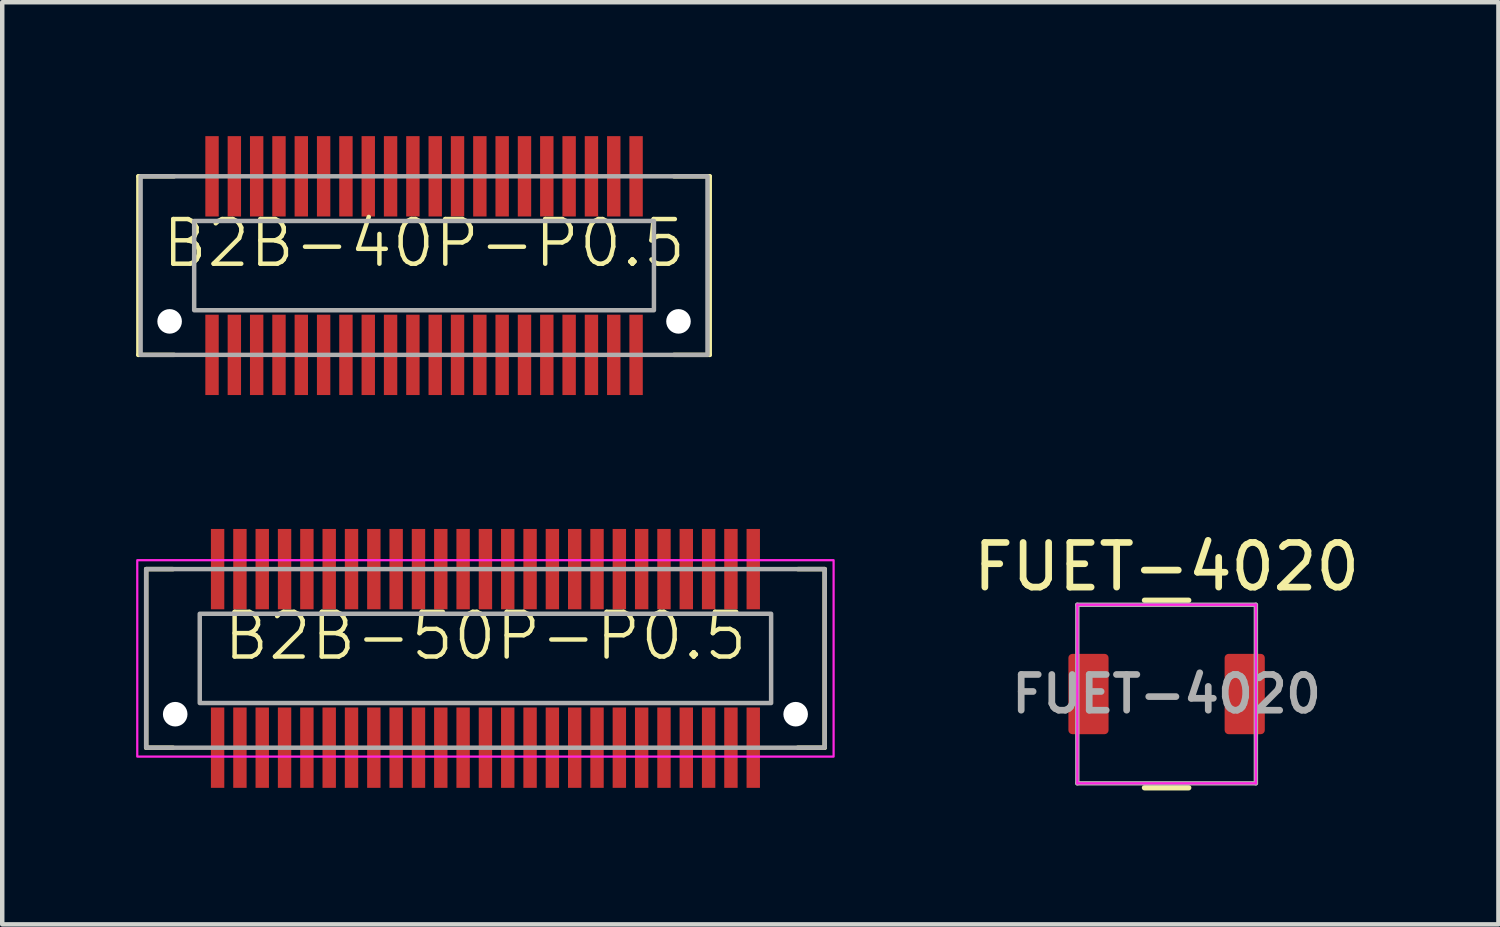
<source format=kicad_pcb>
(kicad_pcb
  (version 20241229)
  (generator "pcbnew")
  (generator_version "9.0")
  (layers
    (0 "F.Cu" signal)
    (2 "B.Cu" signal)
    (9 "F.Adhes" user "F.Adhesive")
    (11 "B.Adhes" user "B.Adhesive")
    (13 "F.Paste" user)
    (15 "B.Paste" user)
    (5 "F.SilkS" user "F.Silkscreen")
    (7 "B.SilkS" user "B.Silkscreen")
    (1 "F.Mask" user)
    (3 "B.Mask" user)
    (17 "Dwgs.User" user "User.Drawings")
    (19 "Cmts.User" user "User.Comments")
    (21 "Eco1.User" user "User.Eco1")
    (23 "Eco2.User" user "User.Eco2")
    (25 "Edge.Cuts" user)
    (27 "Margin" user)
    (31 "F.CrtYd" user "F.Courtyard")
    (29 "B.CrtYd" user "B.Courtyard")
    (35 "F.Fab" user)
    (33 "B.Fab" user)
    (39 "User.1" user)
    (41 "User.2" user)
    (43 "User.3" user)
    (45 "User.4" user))
  (footprint "B2B-40P-P0.5"
    (layer "F.Cu")
    (at 6.45 2.9)
    (property "Reference" "B2B-40P-P0.5" (at 0 -0.5 0) (unlocked yes) (layer "F.SilkS") (effects (font (size 1 1) (thickness 0.1))))
    (attr smd)
    (fp_line (start -6.4 -2) (end -6.4 2) (stroke (width 0.1) (type default)) (layer "F.SilkS"))
    (fp_line (start -6.4 -2) (end -5.6 -2) (stroke (width 0.1) (type default)) (layer "F.SilkS"))
    (fp_line (start -6.4 2) (end -5.6 2) (stroke (width 0.1) (type default)) (layer "F.SilkS"))
    (fp_line (start 5.6 -2) (end 6.4 -2) (stroke (width 0.1) (type default)) (layer "F.SilkS"))
    (fp_line (start 5.6 2) (end 6.4 2) (stroke (width 0.1) (type default)) (layer "F.SilkS"))
    (fp_line (start 6.4 -2) (end 6.4 2) (stroke (width 0.1) (type default)) (layer "F.SilkS"))
    (fp_rect (start -6.35 -2) (end 6.35 2) (stroke (width 0.1) (type default)) (fill no) (layer "F.Fab"))
    (fp_rect (start -5.15 -1) (end 5.15 1) (stroke (width 0.1) (type default)) (fill no) (layer "F.Fab"))
    (pad "" np_thru_hole circle (at -5.7 1.25) (size 0.55 0.55) (drill 0.555) (layers "*.Cu" "*.Mask"))
    (pad "" np_thru_hole circle (at 5.7 1.25) (size 0.55 0.55) (drill 0.555) (layers "*.Cu" "*.Mask"))
    (pad "1" smd rect (at -4.75 -2) (size 0.3 1.8) (layers "F.Cu" "F.Mask" "F.Paste"))
    (pad "2" smd rect (at -4.25 -2) (size 0.3 1.8) (layers "F.Cu" "F.Mask" "F.Paste"))
    (pad "3" smd rect (at -3.75 -2) (size 0.3 1.8) (layers "F.Cu" "F.Mask" "F.Paste"))
    (pad "4" smd rect (at -3.25 -2) (size 0.3 1.8) (layers "F.Cu" "F.Mask" "F.Paste"))
    (pad "5" smd rect (at -2.75 -2) (size 0.3 1.8) (layers "F.Cu" "F.Mask" "F.Paste"))
    (pad "6" smd rect (at -2.25 -2) (size 0.3 1.8) (layers "F.Cu" "F.Mask" "F.Paste"))
    (pad "7" smd rect (at -1.75 -2) (size 0.3 1.8) (layers "F.Cu" "F.Mask" "F.Paste"))
    (pad "8" smd rect (at -1.25 -2) (size 0.3 1.8) (layers "F.Cu" "F.Mask" "F.Paste"))
    (pad "9" smd rect (at -0.75 -2) (size 0.3 1.8) (layers "F.Cu" "F.Mask" "F.Paste"))
    (pad "10" smd rect (at -0.25 -2) (size 0.3 1.8) (layers "F.Cu" "F.Mask" "F.Paste"))
    (pad "11" smd rect (at 0.25 -2) (size 0.3 1.8) (layers "F.Cu" "F.Mask" "F.Paste"))
    (pad "12" smd rect (at 0.75 -2) (size 0.3 1.8) (layers "F.Cu" "F.Mask" "F.Paste"))
    (pad "13" smd rect (at 1.25 -2) (size 0.3 1.8) (layers "F.Cu" "F.Mask" "F.Paste"))
    (pad "14" smd rect (at 1.75 -2) (size 0.3 1.8) (layers "F.Cu" "F.Mask" "F.Paste"))
    (pad "15" smd rect (at 2.25 -2) (size 0.3 1.8) (layers "F.Cu" "F.Mask" "F.Paste"))
    (pad "16" smd rect (at 2.75 -2) (size 0.3 1.8) (layers "F.Cu" "F.Mask" "F.Paste"))
    (pad "17" smd rect (at 3.25 -2) (size 0.3 1.8) (layers "F.Cu" "F.Mask" "F.Paste"))
    (pad "18" smd rect (at 3.75 -2) (size 0.3 1.8) (layers "F.Cu" "F.Mask" "F.Paste"))
    (pad "19" smd rect (at 4.25 -2) (size 0.3 1.8) (layers "F.Cu" "F.Mask" "F.Paste"))
    (pad "20" smd rect (at 4.75 -2) (size 0.3 1.8) (layers "F.Cu" "F.Mask" "F.Paste"))
    (pad "21" smd rect (at -4.75 2) (size 0.3 1.8) (layers "F.Cu" "F.Mask" "F.Paste"))
    (pad "22" smd rect (at -4.25 2) (size 0.3 1.8) (layers "F.Cu" "F.Mask" "F.Paste"))
    (pad "23" smd rect (at -3.75 2) (size 0.3 1.8) (layers "F.Cu" "F.Mask" "F.Paste"))
    (pad "24" smd rect (at -3.25 2) (size 0.3 1.8) (layers "F.Cu" "F.Mask" "F.Paste"))
    (pad "25" smd rect (at -2.75 2) (size 0.3 1.8) (layers "F.Cu" "F.Mask" "F.Paste"))
    (pad "26" smd rect (at -2.25 2) (size 0.3 1.8) (layers "F.Cu" "F.Mask" "F.Paste"))
    (pad "27" smd rect (at -1.75 2) (size 0.3 1.8) (layers "F.Cu" "F.Mask" "F.Paste"))
    (pad "28" smd rect (at -1.25 2) (size 0.3 1.8) (layers "F.Cu" "F.Mask" "F.Paste"))
    (pad "29" smd rect (at -0.75 2) (size 0.3 1.8) (layers "F.Cu" "F.Mask" "F.Paste"))
    (pad "30" smd rect (at -0.25 2) (size 0.3 1.8) (layers "F.Cu" "F.Mask" "F.Paste"))
    (pad "31" smd rect (at 0.25 2) (size 0.3 1.8) (layers "F.Cu" "F.Mask" "F.Paste"))
    (pad "32" smd rect (at 0.75 2) (size 0.3 1.8) (layers "F.Cu" "F.Mask" "F.Paste"))
    (pad "33" smd rect (at 1.25 2) (size 0.3 1.8) (layers "F.Cu" "F.Mask" "F.Paste"))
    (pad "34" smd rect (at 1.75 2) (size 0.3 1.8) (layers "F.Cu" "F.Mask" "F.Paste"))
    (pad "35" smd rect (at 2.25 2) (size 0.3 1.8) (layers "F.Cu" "F.Mask" "F.Paste"))
    (pad "36" smd rect (at 2.75 2) (size 0.3 1.8) (layers "F.Cu" "F.Mask" "F.Paste"))
    (pad "37" smd rect (at 3.25 2) (size 0.3 1.8) (layers "F.Cu" "F.Mask" "F.Paste"))
    (pad "38" smd rect (at 3.75 2) (size 0.3 1.8) (layers "F.Cu" "F.Mask" "F.Paste"))
    (pad "39" smd rect (at 4.25 2) (size 0.3 1.8) (layers "F.Cu" "F.Mask" "F.Paste"))
    (pad "40" smd rect (at 4.75 2) (size 0.3 1.8) (layers "F.Cu" "F.Mask" "F.Paste")))
  (footprint "B2B-50P-P0.5"
    (layer "F.Cu")
    (at 7.825 11.7)
    (property "Reference" "B2B-50P-P0.5" (at 0 -0.5 0) (unlocked yes) (layer "F.SilkS") (effects (font (size 1 1) (thickness 0.1))))
    (attr smd)
    (fp_line (start -7.6 -2) (end -7.6 2) (stroke (width 0.1) (type default)) (layer "F.SilkS"))
    (fp_line (start -7 -2) (end -7.6 -2) (stroke (width 0.1) (type default)) (layer "F.SilkS"))
    (fp_line (start -7 2) (end -7.6 2) (stroke (width 0.1) (type default)) (layer "F.SilkS"))
    (fp_line (start 7 -2) (end 7.6 -2) (stroke (width 0.1) (type default)) (layer "F.SilkS"))
    (fp_line (start 7 2) (end 7.6 2) (stroke (width 0.1) (type default)) (layer "F.SilkS"))
    (fp_line (start 7.6 -2) (end 7.6 2) (stroke (width 0.1) (type default)) (layer "F.SilkS"))
    (fp_rect (start -7.8 -2.2) (end 7.8 2.2) (stroke (width 0.05) (type default)) (fill no) (layer "F.CrtYd"))
    (fp_rect (start -7.6 -2) (end 7.6 2) (stroke (width 0.1) (type default)) (fill no) (layer "F.Fab"))
    (fp_rect (start -6.4 -1) (end 6.4 1) (stroke (width 0.1) (type default)) (fill no) (layer "F.Fab"))
    (pad "" np_thru_hole circle (at -6.95 1.25) (size 0.55 0.55) (drill 0.555) (layers "*.Cu" "*.Mask"))
    (pad "" np_thru_hole circle (at 6.95 1.25) (size 0.55 0.55) (drill 0.555) (layers "*.Cu" "*.Mask"))
    (pad "1" smd rect (at -6 -2) (size 0.3 1.8) (layers "F.Cu" "F.Mask" "F.Paste"))
    (pad "2" smd rect (at -5.5 -2) (size 0.3 1.8) (layers "F.Cu" "F.Mask" "F.Paste"))
    (pad "3" smd rect (at -5 -2) (size 0.3 1.8) (layers "F.Cu" "F.Mask" "F.Paste"))
    (pad "4" smd rect (at -4.5 -2) (size 0.3 1.8) (layers "F.Cu" "F.Mask" "F.Paste"))
    (pad "5" smd rect (at -4 -2) (size 0.3 1.8) (layers "F.Cu" "F.Mask" "F.Paste"))
    (pad "6" smd rect (at -3.5 -2) (size 0.3 1.8) (layers "F.Cu" "F.Mask" "F.Paste"))
    (pad "7" smd rect (at -3 -2) (size 0.3 1.8) (layers "F.Cu" "F.Mask" "F.Paste"))
    (pad "8" smd rect (at -2.5 -2) (size 0.3 1.8) (layers "F.Cu" "F.Mask" "F.Paste"))
    (pad "9" smd rect (at -2 -2) (size 0.3 1.8) (layers "F.Cu" "F.Mask" "F.Paste"))
    (pad "10" smd rect (at -1.5 -2) (size 0.3 1.8) (layers "F.Cu" "F.Mask" "F.Paste"))
    (pad "11" smd rect (at -1 -2) (size 0.3 1.8) (layers "F.Cu" "F.Mask" "F.Paste"))
    (pad "12" smd rect (at -0.5 -2) (size 0.3 1.8) (layers "F.Cu" "F.Mask" "F.Paste"))
    (pad "13" smd rect (at 0 -2) (size 0.3 1.8) (layers "F.Cu" "F.Mask" "F.Paste"))
    (pad "14" smd rect (at 0.5 -2) (size 0.3 1.8) (layers "F.Cu" "F.Mask" "F.Paste"))
    (pad "15" smd rect (at 1 -2) (size 0.3 1.8) (layers "F.Cu" "F.Mask" "F.Paste"))
    (pad "16" smd rect (at 1.5 -2) (size 0.3 1.8) (layers "F.Cu" "F.Mask" "F.Paste"))
    (pad "17" smd rect (at 2 -2) (size 0.3 1.8) (layers "F.Cu" "F.Mask" "F.Paste"))
    (pad "18" smd rect (at 2.5 -2) (size 0.3 1.8) (layers "F.Cu" "F.Mask" "F.Paste"))
    (pad "19" smd rect (at 3 -2) (size 0.3 1.8) (layers "F.Cu" "F.Mask" "F.Paste"))
    (pad "20" smd rect (at 3.5 -2) (size 0.3 1.8) (layers "F.Cu" "F.Mask" "F.Paste"))
    (pad "21" smd rect (at 4 -2) (size 0.3 1.8) (layers "F.Cu" "F.Mask" "F.Paste"))
    (pad "22" smd rect (at 4.5 -2) (size 0.3 1.8) (layers "F.Cu" "F.Mask" "F.Paste"))
    (pad "23" smd rect (at 5 -2) (size 0.3 1.8) (layers "F.Cu" "F.Mask" "F.Paste"))
    (pad "24" smd rect (at 5.5 -2) (size 0.3 1.8) (layers "F.Cu" "F.Mask" "F.Paste"))
    (pad "25" smd rect (at 6 -2) (size 0.3 1.8) (layers "F.Cu" "F.Mask" "F.Paste"))
    (pad "26" smd rect (at -6 2) (size 0.3 1.8) (layers "F.Cu" "F.Mask" "F.Paste"))
    (pad "27" smd rect (at -5.5 2) (size 0.3 1.8) (layers "F.Cu" "F.Mask" "F.Paste"))
    (pad "28" smd rect (at -5 2) (size 0.3 1.8) (layers "F.Cu" "F.Mask" "F.Paste"))
    (pad "29" smd rect (at -4.5 2) (size 0.3 1.8) (layers "F.Cu" "F.Mask" "F.Paste"))
    (pad "30" smd rect (at -4 2) (size 0.3 1.8) (layers "F.Cu" "F.Mask" "F.Paste"))
    (pad "31" smd rect (at -3.5 2) (size 0.3 1.8) (layers "F.Cu" "F.Mask" "F.Paste"))
    (pad "32" smd rect (at -3 2) (size 0.3 1.8) (layers "F.Cu" "F.Mask" "F.Paste"))
    (pad "33" smd rect (at -2.5 2) (size 0.3 1.8) (layers "F.Cu" "F.Mask" "F.Paste"))
    (pad "34" smd rect (at -2 2) (size 0.3 1.8) (layers "F.Cu" "F.Mask" "F.Paste"))
    (pad "35" smd rect (at -1.5 2) (size 0.3 1.8) (layers "F.Cu" "F.Mask" "F.Paste"))
    (pad "36" smd rect (at -1 2) (size 0.3 1.8) (layers "F.Cu" "F.Mask" "F.Paste"))
    (pad "37" smd rect (at -0.5 2) (size 0.3 1.8) (layers "F.Cu" "F.Mask" "F.Paste"))
    (pad "38" smd rect (at 0 2) (size 0.3 1.8) (layers "F.Cu" "F.Mask" "F.Paste"))
    (pad "39" smd rect (at 0.5 2) (size 0.3 1.8) (layers "F.Cu" "F.Mask" "F.Paste"))
    (pad "40" smd rect (at 1 2) (size 0.3 1.8) (layers "F.Cu" "F.Mask" "F.Paste"))
    (pad "41" smd rect (at 1.5 2) (size 0.3 1.8) (layers "F.Cu" "F.Mask" "F.Paste"))
    (pad "42" smd rect (at 2 2) (size 0.3 1.8) (layers "F.Cu" "F.Mask" "F.Paste"))
    (pad "43" smd rect (at 2.5 2) (size 0.3 1.8) (layers "F.Cu" "F.Mask" "F.Paste"))
    (pad "44" smd rect (at 3 2) (size 0.3 1.8) (layers "F.Cu" "F.Mask" "F.Paste"))
    (pad "45" smd rect (at 3.5 2) (size 0.3 1.8) (layers "F.Cu" "F.Mask" "F.Paste"))
    (pad "46" smd rect (at 4 2) (size 0.3 1.8) (layers "F.Cu" "F.Mask" "F.Paste"))
    (pad "47" smd rect (at 4.5 2) (size 0.3 1.8) (layers "F.Cu" "F.Mask" "F.Paste"))
    (pad "48" smd rect (at 5 2) (size 0.3 1.8) (layers "F.Cu" "F.Mask" "F.Paste"))
    (pad "49" smd rect (at 5.5 2) (size 0.3 1.8) (layers "F.Cu" "F.Mask" "F.Paste"))
    (pad "50" smd rect (at 6 2) (size 0.3 1.8) (layers "F.Cu" "F.Mask" "F.Paste")))
  (footprint "FUET-4020"
    (layer "F.Cu")
    (at 23.085 12.498)
    (property "Reference" "FUET-4020" (at 0 -2.85 0) (layer "F.SilkS") (effects (font (size 1 1) (thickness 0.15))))
    (attr smd)
    (fp_line (start -0.495 -2.1) (end 0.495 -2.1) (stroke (width 0.12) (type solid)) (layer "F.SilkS"))
    (fp_line (start -0.495 2.1) (end 0.495 2.1) (stroke (width 0.12) (type solid)) (layer "F.SilkS"))
    (fp_line (start -2 -2) (end -2 2) (stroke (width 0.05) (type solid)) (layer "F.CrtYd"))
    (fp_line (start -2 2) (end 2 2) (stroke (width 0.05) (type solid)) (layer "F.CrtYd"))
    (fp_line (start 2 -2) (end -2 -2) (stroke (width 0.05) (type solid)) (layer "F.CrtYd"))
    (fp_line (start 2 2) (end 2 -2) (stroke (width 0.05) (type solid)) (layer "F.CrtYd"))
    (fp_line (start -2 -2) (end -2 2) (stroke (width 0.1) (type solid)) (layer "F.Fab"))
    (fp_line (start -2 2) (end 2 2) (stroke (width 0.1) (type solid)) (layer "F.Fab"))
    (fp_line (start 2 -2) (end -2 -2) (stroke (width 0.1) (type solid)) (layer "F.Fab"))
    (fp_line (start 2 2) (end 2 -2) (stroke (width 0.1) (type solid)) (layer "F.Fab"))
    (fp_text user "${REFERENCE}" (at 0 0 0) (layer "F.Fab") (effects (font (size 0.8 0.8) (thickness 0.15))))
    (pad "1" smd roundrect (at 1.75 0) (size 0.9 1.8) (layers "F.Cu" "F.Mask" "F.Paste") (roundrect_rratio 0.1))
    (pad "2" smd roundrect (at -1.75 0) (size 0.9 1.8) (layers "F.Cu" "F.Mask" "F.Paste") (roundrect_rratio 0.1)))
  (gr_rect
    (start -3 -3)
    (end 30.519 17.658)
    (stroke (width 0.1) (type default))
    (fill no)
    (layer "Edge.Cuts")))
</source>
